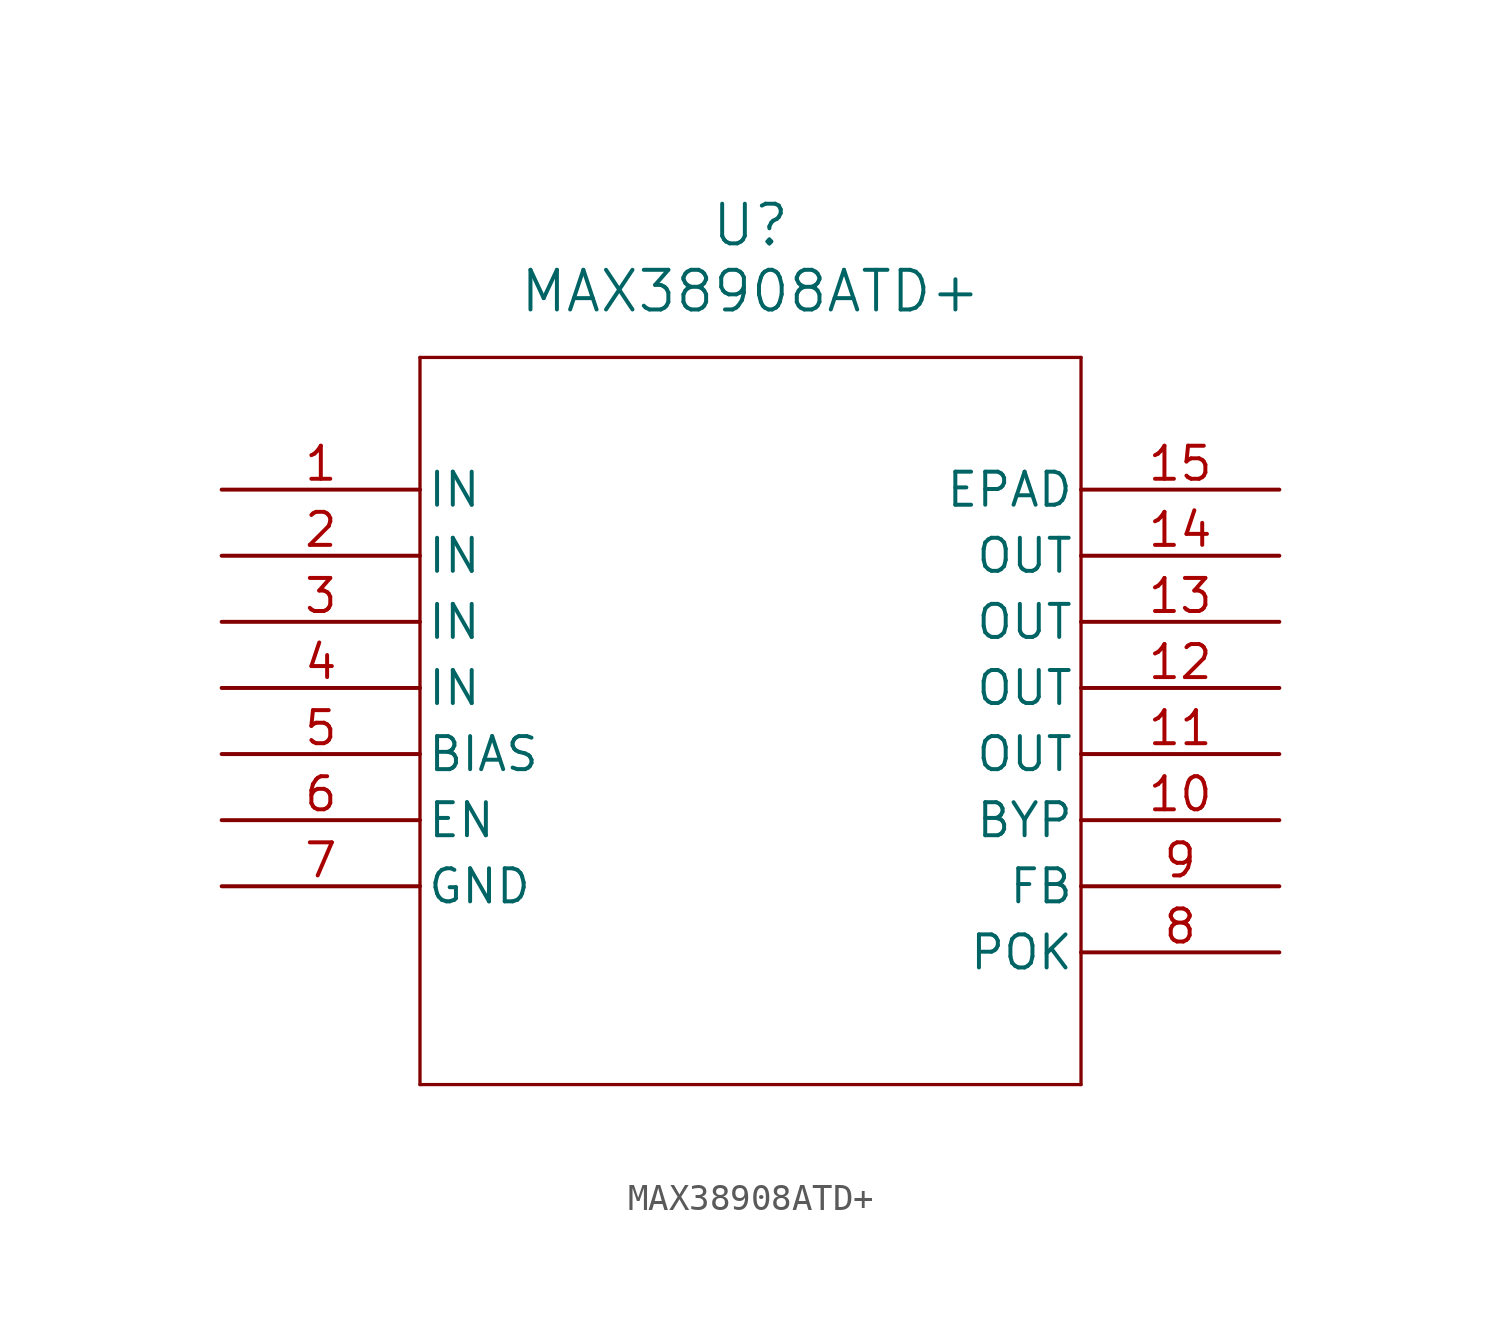
<source format=kicad_sym>
(kicad_symbol_lib
  (version 20211014)
  (generator kicad_symbol_editor)
  (symbol "MAX38908ATD+"
    (pin_names
      (offset 0.254))
    (property "Reference" "U"
      (at 20.32 10.16 0)
      (effects (font (size 1.524 1.524))))
    (property "Value" "MAX38908ATD+"
      (at 20.32 7.62 0)
      (effects (font (size 1.524 1.524))))
    (symbol "MAX38908ATD+_0_1"
      (polyline (pts (xy 7.62 5.08) (xy 7.62 -22.86)) (stroke (width 0.127) (type default) (color 0 0 0 0)) (fill (type none)))
      (polyline (pts (xy 7.62 -22.86) (xy 33.02 -22.86)) (stroke (width 0.127) (type default) (color 0 0 0 0)) (fill (type none)))
      (polyline (pts (xy 33.02 -22.86) (xy 33.02 5.08)) (stroke (width 0.127) (type default) (color 0 0 0 0)) (fill (type none)))
      (polyline (pts (xy 33.02 5.08) (xy 7.62 5.08)) (stroke (width 0.127) (type default) (color 0 0 0 0)) (fill (type none)))
      (pin input line (at 0 0 0) (length 7.62) (name "IN" (effects (font (size 1.27 1.27)))) (number "1" (effects (font (size 1.27 1.27)))))
      (pin input line (at 0 -2.54 0) (length 7.62) (name "IN" (effects (font (size 1.27 1.27)))) (number "2" (effects (font (size 1.27 1.27)))))
      (pin input line (at 0 -5.08 0) (length 7.62) (name "IN" (effects (font (size 1.27 1.27)))) (number "3" (effects (font (size 1.27 1.27)))))
      (pin input line (at 0 -7.62 0) (length 7.62) (name "IN" (effects (font (size 1.27 1.27)))) (number "4" (effects (font (size 1.27 1.27)))))
      (pin input line (at 0 -10.16 0) (length 7.62) (name "BIAS" (effects (font (size 1.27 1.27)))) (number "5" (effects (font (size 1.27 1.27)))))
      (pin unspecified line (at 0 -12.7 0) (length 7.62) (name "EN" (effects (font (size 1.27 1.27)))) (number "6" (effects (font (size 1.27 1.27)))))
      (pin power_out line (at 0 -15.24 0) (length 7.62) (name "GND" (effects (font (size 1.27 1.27)))) (number "7" (effects (font (size 1.27 1.27)))))
      (pin output line (at 40.64 -17.78 180) (length 7.62) (name "POK" (effects (font (size 1.27 1.27)))) (number "8" (effects (font (size 1.27 1.27)))))
      (pin input line (at 40.64 -15.24 180) (length 7.62) (name "FB" (effects (font (size 1.27 1.27)))) (number "9" (effects (font (size 1.27 1.27)))))
      (pin input line (at 40.64 -12.7 180) (length 7.62) (name "BYP" (effects (font (size 1.27 1.27)))) (number "10" (effects (font (size 1.27 1.27)))))
      (pin output line (at 40.64 -10.16 180) (length 7.62) (name "OUT" (effects (font (size 1.27 1.27)))) (number "11" (effects (font (size 1.27 1.27)))))
      (pin output line (at 40.64 -7.62 180) (length 7.62) (name "OUT" (effects (font (size 1.27 1.27)))) (number "12" (effects (font (size 1.27 1.27)))))
      (pin output line (at 40.64 -5.08 180) (length 7.62) (name "OUT" (effects (font (size 1.27 1.27)))) (number "13" (effects (font (size 1.27 1.27)))))
      (pin output line (at 40.64 -2.54 180) (length 7.62) (name "OUT" (effects (font (size 1.27 1.27)))) (number "14" (effects (font (size 1.27 1.27)))))
      (pin power_in line (at 40.64 0 180) (length 7.62) (name "EPAD" (effects (font (size 1.27 1.27)))) (number "15" (effects (font (size 1.27 1.27))))))))
</source>
